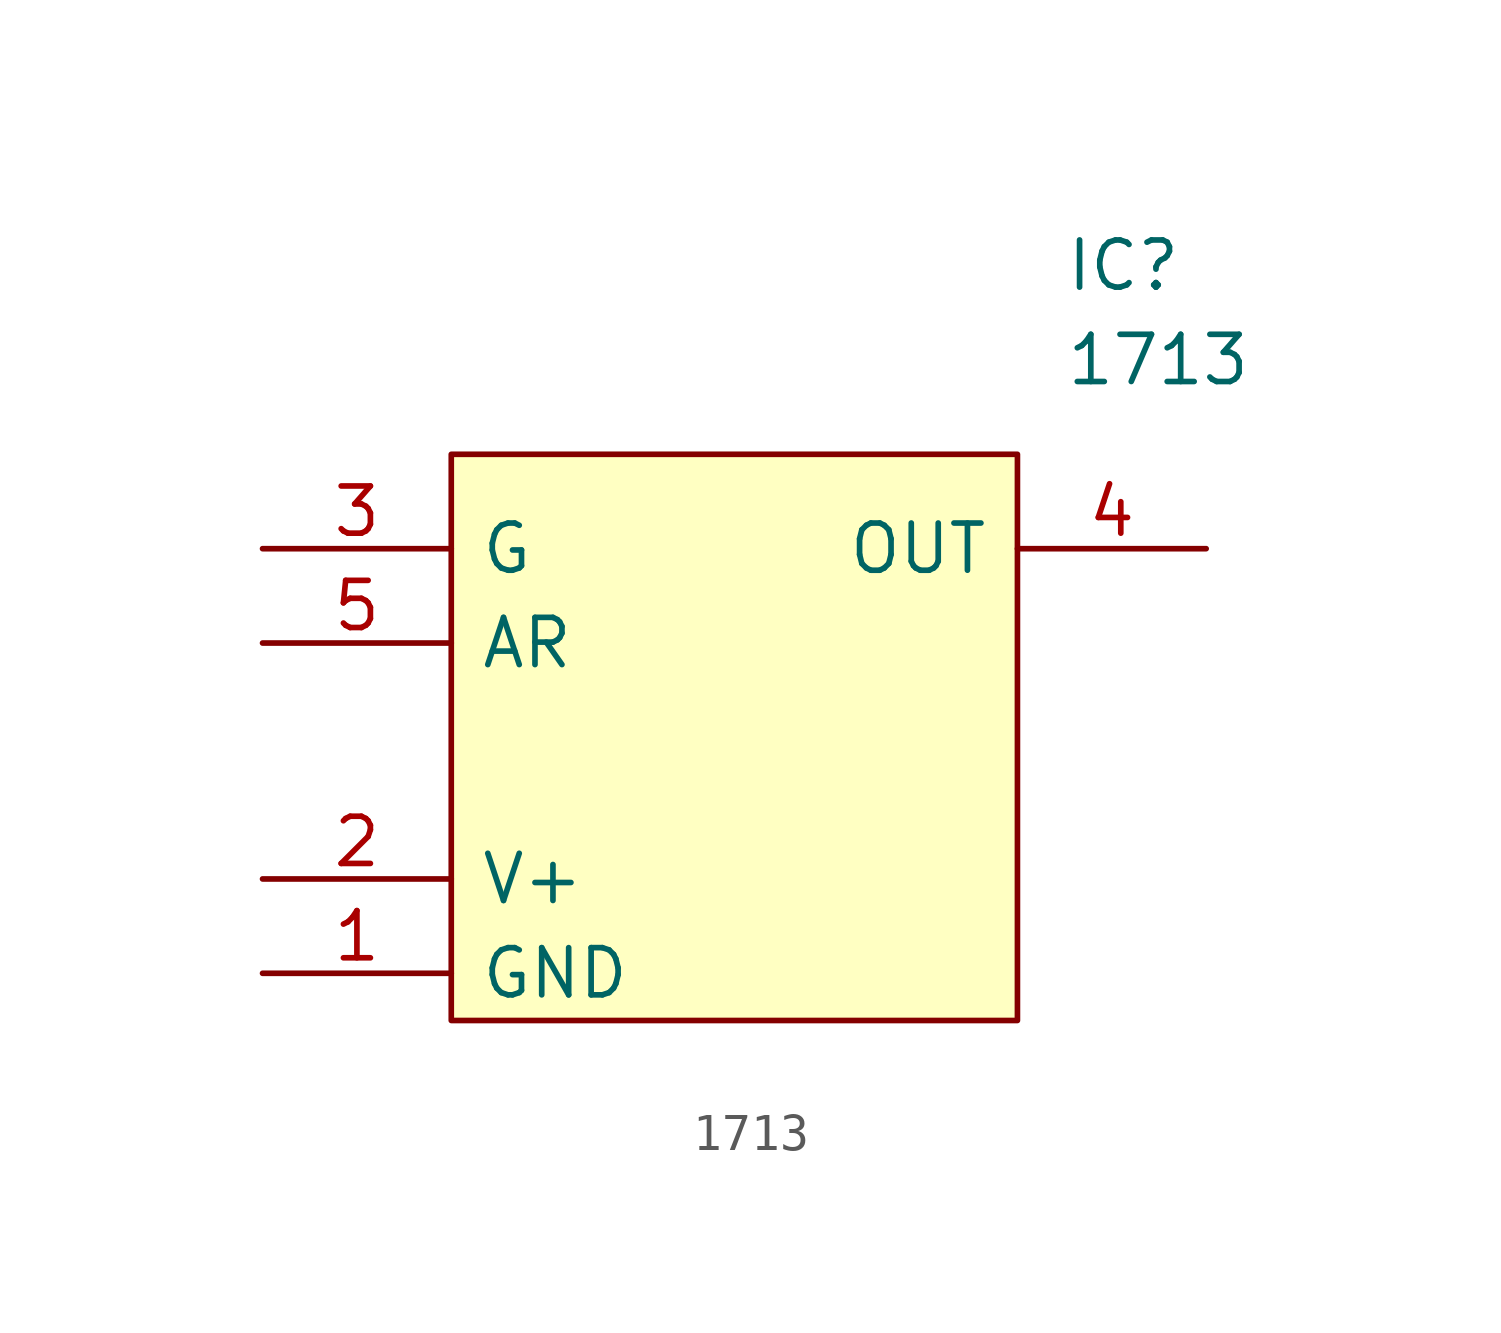
<source format=kicad_sym>
(kicad_symbol_lib
  (version 20211014)
  (generator kicad_symbol_editor)
  (symbol "1713"
    (pin_names
      (offset 0.762))
    (property "Reference" "IC"
      (at 21.59 7.62 0)
      (effects (font (size 1.27 1.27)) (justify left)))
    (property "Value" "1713"
      (at 21.59 5.08 0)
      (effects (font (size 1.27 1.27)) (justify left)))
    (symbol "1713_0_0"
      (pin power_in line (at 0 -11.43 0) (length 5.08) (name "GND" (effects (font (size 1.27 1.27)))) (number "1" (effects (font (size 1.27 1.27)))))
      (pin power_in line (at 0 -8.89 0) (length 5.08) (name "V+" (effects (font (size 1.27 1.27)))) (number "2" (effects (font (size 1.27 1.27)))))
      (pin input line (at 0 0 0) (length 5.08) (name "G" (effects (font (size 1.27 1.27)))) (number "3" (effects (font (size 1.27 1.27)))))
      (pin output line (at 25.4 0 180) (length 5.08) (name "OUT" (effects (font (size 1.27 1.27)))) (number "4" (effects (font (size 1.27 1.27)))))
      (pin input line (at 0 -2.54 0) (length 5.08) (name "AR" (effects (font (size 1.27 1.27)))) (number "5" (effects (font (size 1.27 1.27))))))
    (symbol "1713_0_1"
      (polyline (pts (xy 5.08 2.54) (xy 20.32 2.54) (xy 20.32 -12.7) (xy 5.08 -12.7) (xy 5.08 2.54)) (stroke (width 0.152) (type default) (color 0 0 0 0)) (fill (type background))))))
</source>
